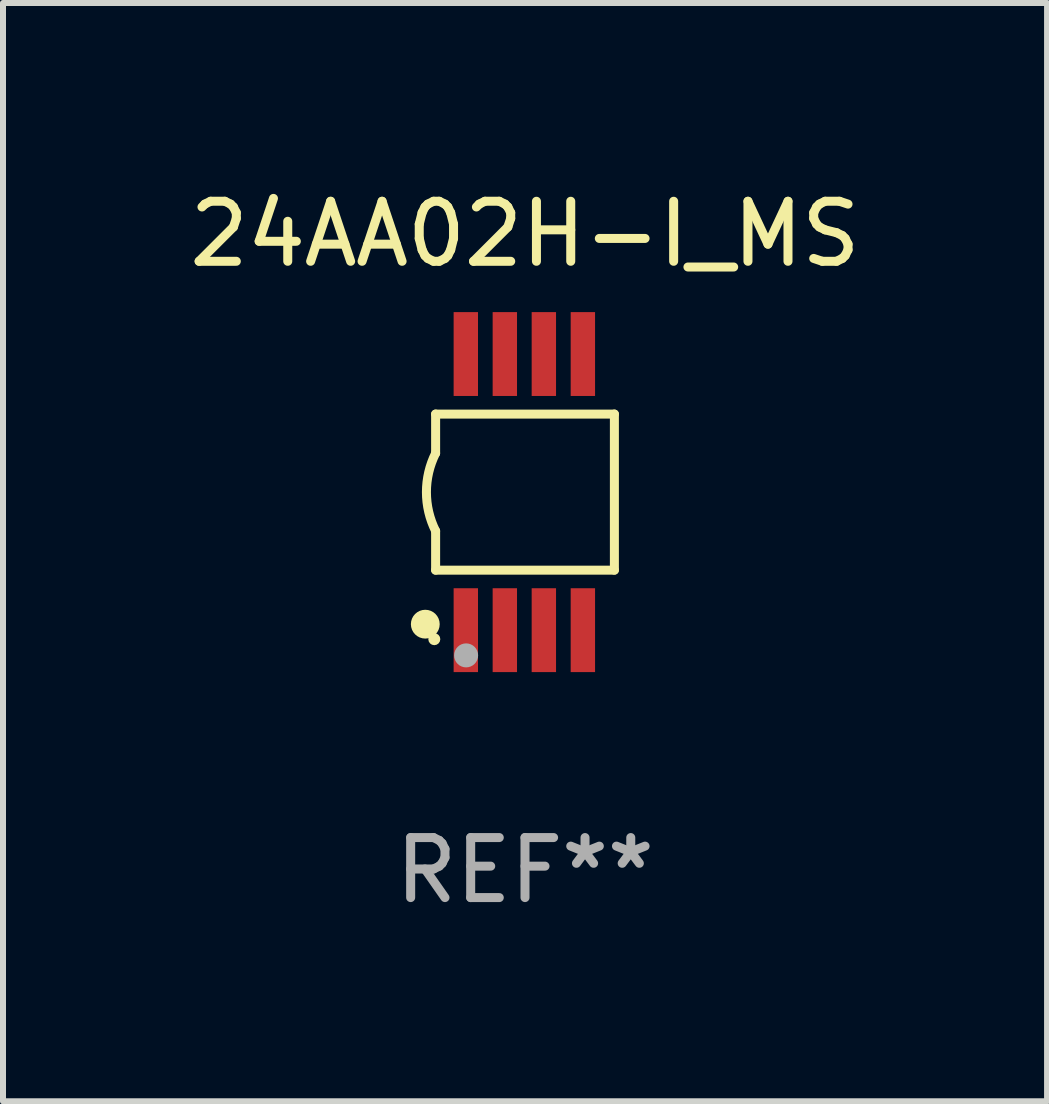
<source format=kicad_pcb>
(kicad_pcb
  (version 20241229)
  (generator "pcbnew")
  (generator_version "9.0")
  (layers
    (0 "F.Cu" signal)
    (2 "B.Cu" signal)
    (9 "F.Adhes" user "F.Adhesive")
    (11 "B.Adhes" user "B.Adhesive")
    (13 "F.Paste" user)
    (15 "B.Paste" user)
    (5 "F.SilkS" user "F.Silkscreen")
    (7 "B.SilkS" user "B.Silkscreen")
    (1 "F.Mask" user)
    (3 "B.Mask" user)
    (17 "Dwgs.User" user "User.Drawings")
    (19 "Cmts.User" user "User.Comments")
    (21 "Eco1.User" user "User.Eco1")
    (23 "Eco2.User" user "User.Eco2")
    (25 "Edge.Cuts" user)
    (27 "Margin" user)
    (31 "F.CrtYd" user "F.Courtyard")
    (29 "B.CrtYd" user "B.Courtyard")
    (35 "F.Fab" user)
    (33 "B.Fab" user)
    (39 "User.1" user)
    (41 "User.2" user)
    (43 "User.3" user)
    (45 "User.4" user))
  (footprint "24AA02H-I_MS"
    (layer "F.Cu")
    (at 5.696 5.148)
    (property "Reference" "24AA02H-I_MS" (at 0 -4.3 0) (layer "F.SilkS") (effects (font (size 1 1) (thickness 0.15))))
    (attr through_hole)
    (fp_line (start -1.489 -1.3) (end -1.489 -0.648) (stroke (width 0.15) (type solid)) (layer "F.SilkS"))
    (fp_line (start -1.489 0.648) (end -1.489 1.3) (stroke (width 0.15) (type solid)) (layer "F.SilkS"))
    (fp_line (start -1.489 1.3) (end 1.489 1.3) (stroke (width 0.15) (type solid)) (layer "F.SilkS"))
    (fp_line (start 1.489 -1.3) (end -1.489 -1.3) (stroke (width 0.15) (type solid)) (layer "F.SilkS"))
    (fp_line (start 1.489 1.3) (end 1.489 -1.3) (stroke (width 0.15) (type solid)) (layer "F.SilkS"))
    (fp_arc (start -1.489205 0.647702) (mid -1.642107 0) (end -1.489205 -0.647701) (stroke (width 0.150013) (type solid)) (layer "F.SilkS"))
    (fp_circle (center -1.661 2.2) (end -1.541 2.2) (stroke (width 0.24) (type solid)) (fill no) (layer "F.SilkS"))
    (fp_circle (center -1.511 2.45) (end -1.461 2.45) (stroke (width 0.1) (type solid)) (fill no) (layer "F.SilkS"))
    (fp_circle (center -0.981 2.72) (end -0.881 2.72) (stroke (width 0.2) (type solid)) (fill no) (layer "F.Fab"))
    (fp_text user "REF**" (at 0 6.3 0) (layer "F.Fab") (effects (font (size 1 1) (thickness 0.15))))
    (pad "1" smd rect (at -0.986 2.3) (size 0.406 1.397) (layers "F.Cu" "F.Mask" "F.Paste"))
    (pad "2" smd rect (at -0.336 2.3) (size 0.406 1.397) (layers "F.Cu" "F.Mask" "F.Paste"))
    (pad "3" smd rect (at 0.314 2.3) (size 0.406 1.397) (layers "F.Cu" "F.Mask" "F.Paste"))
    (pad "4" smd rect (at 0.964 2.3) (size 0.406 1.397) (layers "F.Cu" "F.Mask" "F.Paste"))
    (pad "5" smd rect (at 0.964 -2.3) (size 0.406 1.397) (layers "F.Cu" "F.Mask" "F.Paste"))
    (pad "6" smd rect (at 0.314 -2.3) (size 0.406 1.397) (layers "F.Cu" "F.Mask" "F.Paste"))
    (pad "7" smd rect (at -0.336 -2.3) (size 0.406 1.397) (layers "F.Cu" "F.Mask" "F.Paste"))
    (pad "8" smd rect (at -0.986 -2.3) (size 0.406 1.397) (layers "F.Cu" "F.Mask" "F.Paste")))
  (gr_rect
    (start -3 -3)
    (end 14.393 15.296)
    (stroke (width 0.1) (type default))
    (fill no)
    (layer "Edge.Cuts")))
</source>
